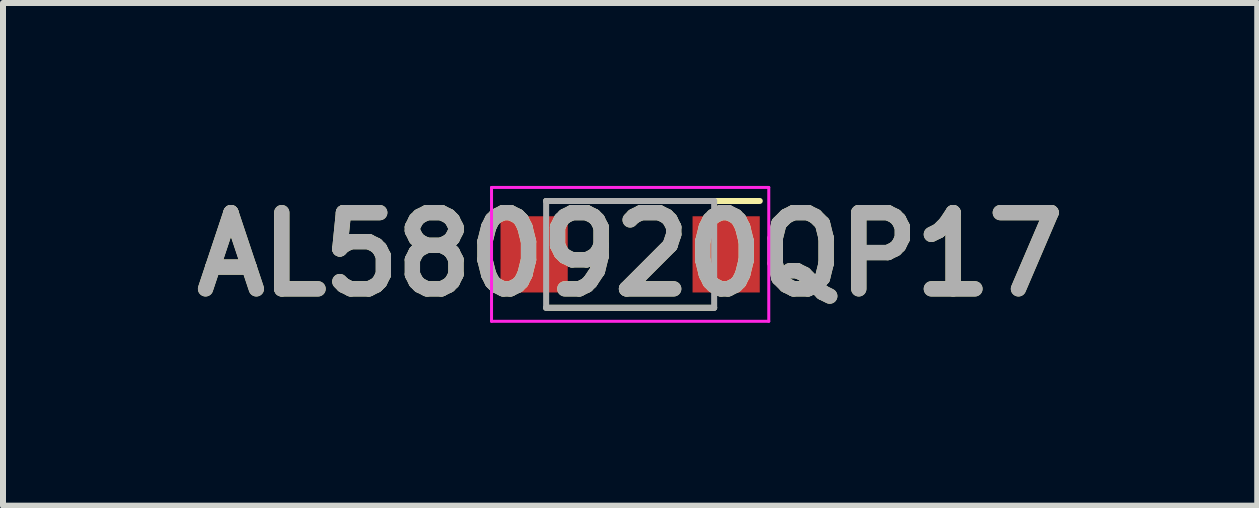
<source format=kicad_pcb>
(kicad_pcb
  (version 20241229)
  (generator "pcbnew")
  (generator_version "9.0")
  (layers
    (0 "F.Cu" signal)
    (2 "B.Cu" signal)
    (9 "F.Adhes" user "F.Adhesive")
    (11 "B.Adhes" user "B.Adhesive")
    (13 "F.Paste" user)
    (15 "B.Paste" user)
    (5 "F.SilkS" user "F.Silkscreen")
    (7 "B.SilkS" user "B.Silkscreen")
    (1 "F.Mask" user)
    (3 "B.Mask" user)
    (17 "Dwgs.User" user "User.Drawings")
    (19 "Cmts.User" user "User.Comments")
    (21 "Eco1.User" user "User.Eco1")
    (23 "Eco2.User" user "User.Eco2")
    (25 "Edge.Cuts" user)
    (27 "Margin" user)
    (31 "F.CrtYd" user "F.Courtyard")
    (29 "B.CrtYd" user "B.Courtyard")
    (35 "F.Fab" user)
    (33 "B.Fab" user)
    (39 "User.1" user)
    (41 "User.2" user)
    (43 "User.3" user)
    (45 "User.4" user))
  (footprint "AL580920QP17"
    (layer "F.Cu")
    (at 7.451 1.189)
    (property "Reference" "AL580920QP17" (at 0 0 0) (layer "F.SilkS") (effects (font (size 1.27 1.27) (thickness 0.254))))
    (attr smd)
    (fp_line (start -1.4 0.89) (end 1.4 0.89) (stroke (width 0.1) (type solid)) (layer "F.SilkS"))
    (fp_line (start 2.16 -0.89) (end -1.4 -0.89) (stroke (width 0.1) (type solid)) (layer "F.SilkS"))
    (fp_line (start -2.31 -1.115) (end 2.31 -1.115) (stroke (width 0.05) (type solid)) (layer "F.CrtYd"))
    (fp_line (start -2.31 1.115) (end -2.31 -1.115) (stroke (width 0.05) (type solid)) (layer "F.CrtYd"))
    (fp_line (start 2.31 -1.115) (end 2.31 1.115) (stroke (width 0.05) (type solid)) (layer "F.CrtYd"))
    (fp_line (start 2.31 1.115) (end -2.31 1.115) (stroke (width 0.05) (type solid)) (layer "F.CrtYd"))
    (fp_line (start -1.4 -0.89) (end 1.4 -0.89) (stroke (width 0.1) (type solid)) (layer "F.Fab"))
    (fp_line (start -1.4 0.89) (end -1.4 -0.89) (stroke (width 0.1) (type solid)) (layer "F.Fab"))
    (fp_line (start 1.4 -0.89) (end 1.4 0.89) (stroke (width 0.1) (type solid)) (layer "F.Fab"))
    (fp_line (start 1.4 0.89) (end -1.4 0.89) (stroke (width 0.1) (type solid)) (layer "F.Fab"))
    (fp_text user "${REFERENCE}" (at 0 0 0) (layer "F.Fab") (effects (font (size 1.27 1.27) (thickness 0.254))))
    (pad "1" smd rect (at 1.6 0) (size 1.12 1.27) (layers "F.Cu" "F.Mask" "F.Paste"))
    (pad "2" smd rect (at -1.6 0) (size 1.12 1.27) (layers "F.Cu" "F.Mask" "F.Paste")))
  (gr_rect
    (start -3 -3)
    (end 17.901 5.377)
    (stroke (width 0.1) (type default))
    (fill no)
    (layer "Edge.Cuts")))
</source>
